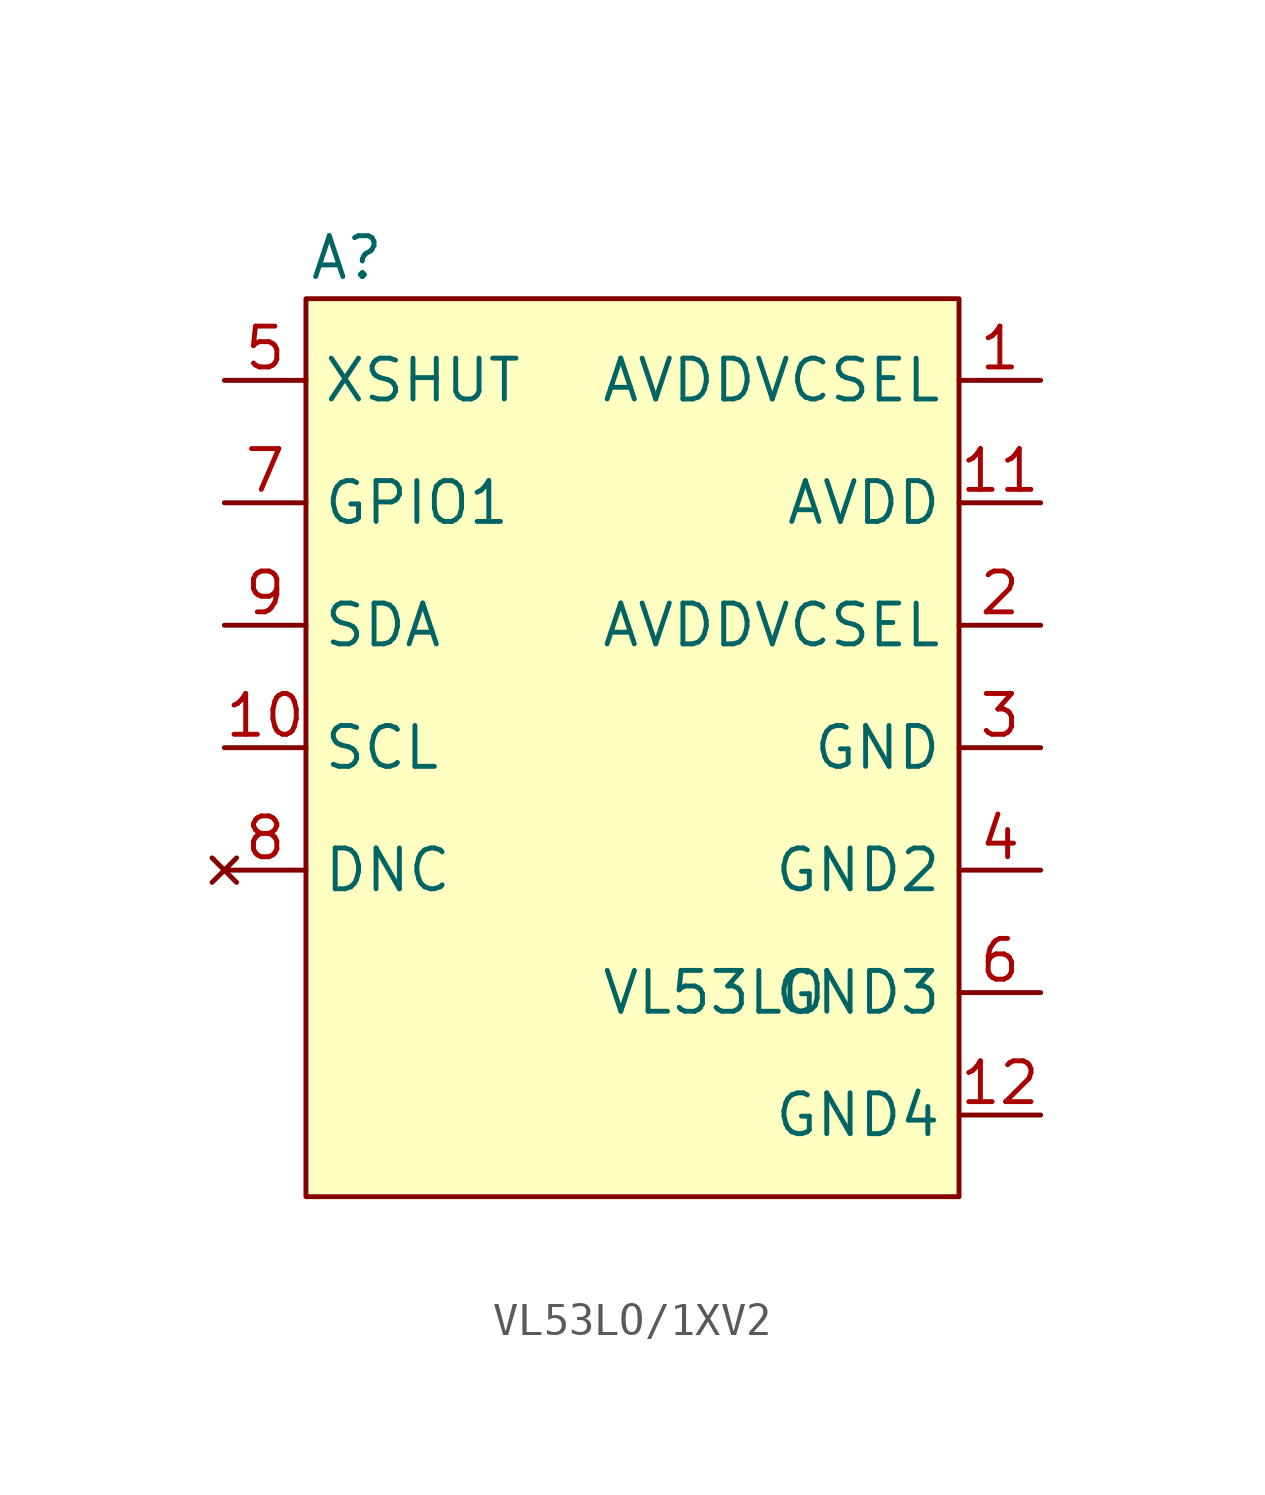
<source format=kicad_sym>
(kicad_symbol_lib
  (version 20231120)
  (generator "kicad_symbol_editor")
  (generator_version "8.0")
  (symbol "VL53LO/1XV2"
    (property "Reference" "A"
      (at -8.89 13.97 0)
      (effects (font (size 1.27 1.27))))
    (property "Value" "VL53LO"
      (at 2.54 -8.89 0)
      (effects (font (size 1.27 1.27))))
    (symbol "VL53LO/1XV2_1_1"
      (rectangle (start -10.16 12.7) (end 10.16 -15.24) (stroke (width 0) (type default)) (fill (type background)))
      (pin power_in line (at 12.7 10.16 180) (length 2.54) (name "AVDDVCSEL" (effects (font (size 1.27 1.27)))) (number "1" (effects (font (size 1.27 1.27)))))
      (pin input line (at -12.7 -1.27 0) (length 2.54) (name "SCL" (effects (font (size 1.27 1.27)))) (number "10" (effects (font (size 1.27 1.27)))))
      (pin power_in line (at 12.7 6.35 180) (length 2.54) (name "AVDD" (effects (font (size 1.27 1.27)))) (number "11" (effects (font (size 1.27 1.27)))))
      (pin power_in line (at 12.7 -12.7 180) (length 2.54) (name "GND4" (effects (font (size 1.27 1.27)))) (number "12" (effects (font (size 1.27 1.27)))))
      (pin power_in line (at 12.7 2.54 180) (length 2.54) (name "AVDDVCSEL" (effects (font (size 1.27 1.27)))) (number "2" (effects (font (size 1.27 1.27)))))
      (pin power_in line (at 12.7 -1.27 180) (length 2.54) (name "GND" (effects (font (size 1.27 1.27)))) (number "3" (effects (font (size 1.27 1.27)))))
      (pin power_in line (at 12.7 -5.08 180) (length 2.54) (name "GND2" (effects (font (size 1.27 1.27)))) (number "4" (effects (font (size 1.27 1.27)))))
      (pin input line (at -12.7 10.16 0) (length 2.54) (name "XSHUT" (effects (font (size 1.27 1.27)))) (number "5" (effects (font (size 1.27 1.27)))))
      (pin power_in line (at 12.7 -8.89 180) (length 2.54) (name "GND3" (effects (font (size 1.27 1.27)))) (number "6" (effects (font (size 1.27 1.27)))))
      (pin output line (at -12.7 6.35 0) (length 2.54) (name "GPIO1" (effects (font (size 1.27 1.27)))) (number "7" (effects (font (size 1.27 1.27)))))
      (pin no_connect line (at -12.7 -5.08 0) (length 2.54) (name "DNC" (effects (font (size 1.27 1.27)))) (number "8" (effects (font (size 1.27 1.27)))))
      (pin bidirectional line (at -12.7 2.54 0) (length 2.54) (name "SDA" (effects (font (size 1.27 1.27)))) (number "9" (effects (font (size 1.27 1.27))))))))
</source>
